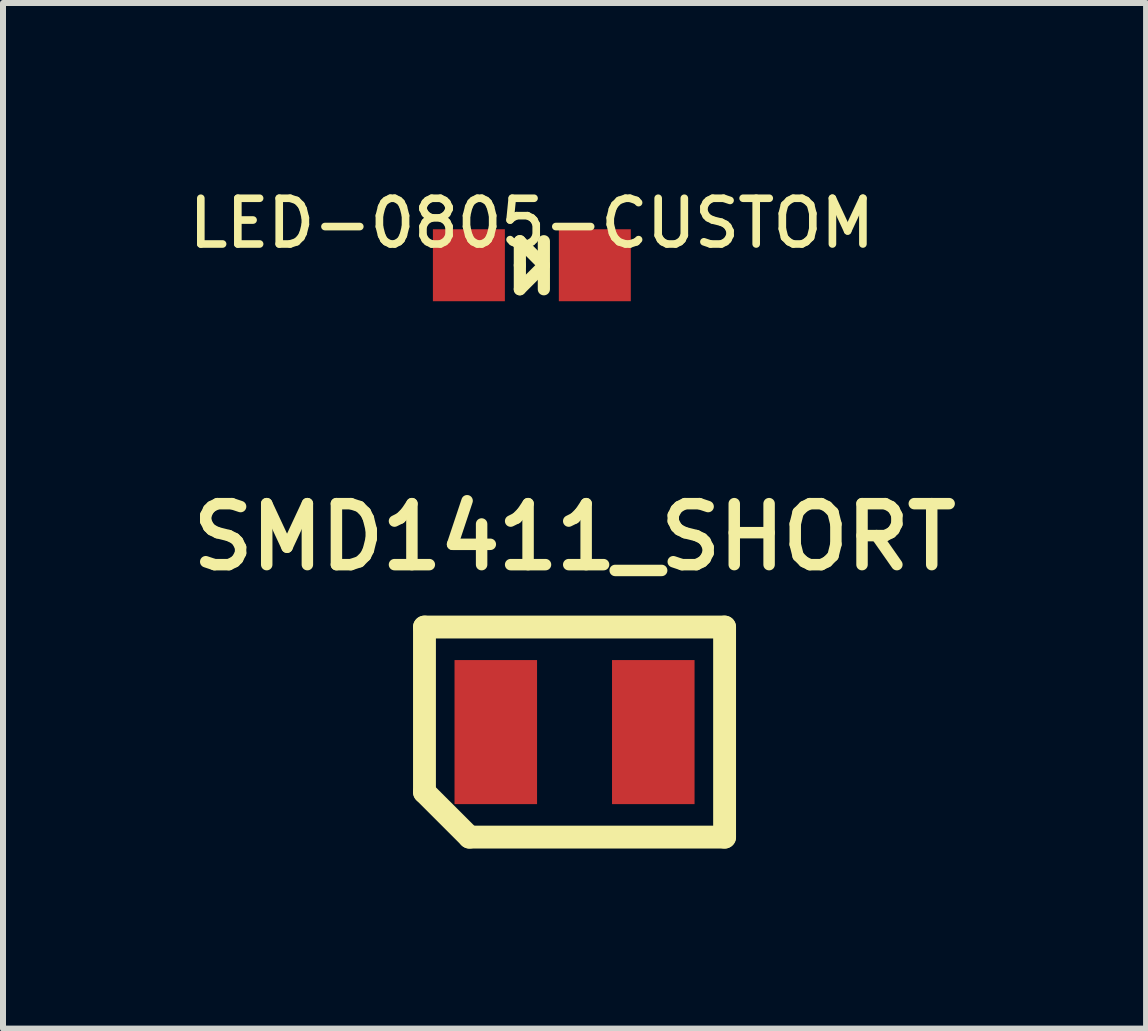
<source format=kicad_pcb>
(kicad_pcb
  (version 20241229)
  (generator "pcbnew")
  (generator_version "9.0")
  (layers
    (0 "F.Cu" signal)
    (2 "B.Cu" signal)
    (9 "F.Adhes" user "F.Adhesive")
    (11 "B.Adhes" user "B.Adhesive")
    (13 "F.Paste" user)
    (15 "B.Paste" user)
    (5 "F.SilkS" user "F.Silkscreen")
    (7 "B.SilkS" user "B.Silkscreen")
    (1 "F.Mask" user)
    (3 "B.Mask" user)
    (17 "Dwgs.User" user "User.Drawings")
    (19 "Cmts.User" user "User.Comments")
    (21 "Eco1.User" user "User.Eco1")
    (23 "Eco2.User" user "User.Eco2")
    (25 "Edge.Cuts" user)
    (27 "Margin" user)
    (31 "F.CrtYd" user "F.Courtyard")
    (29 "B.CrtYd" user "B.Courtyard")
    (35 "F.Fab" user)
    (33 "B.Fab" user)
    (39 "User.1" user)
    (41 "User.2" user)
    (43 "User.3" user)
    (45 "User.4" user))
  (footprint "SMD1411_SHORT"
    (layer "F.Cu")
    (at 6.522 9.147)
    (property "Reference" "SMD1411_SHORT" (at 0 -3.25 0) (layer "F.SilkS") (effects (font (size 1.016 1.016) (thickness 0.191))))
    (attr through_hole)
    (fp_line (start -2.5 -1.75) (end -2.5 1) (stroke (width 0.381) (type solid)) (layer "F.SilkS"))
    (fp_line (start -2.5 1) (end -1.75 1.75) (stroke (width 0.381) (type solid)) (layer "F.SilkS"))
    (fp_line (start -1.75 1.75) (end 2.5 1.75) (stroke (width 0.381) (type solid)) (layer "F.SilkS"))
    (fp_line (start 2.5 -1.75) (end -2.5 -1.75) (stroke (width 0.381) (type solid)) (layer "F.SilkS"))
    (fp_line (start 2.5 1.75) (end 2.5 -1.75) (stroke (width 0.381) (type solid)) (layer "F.SilkS"))
    (pad "1" smd rect (at -1.312 0) (size 1.375 2.4) (layers "F.Cu" "F.Mask" "F.Paste"))
    (pad "2" smd rect (at 1.312 0) (size 1.375 2.4) (layers "F.Cu" "F.Mask" "F.Paste")))
  (footprint "LED-0805-CUSTOM"
    (layer "F.Cu")
    (at 5.811 1.369)
    (property "Reference" "LED-0805-CUSTOM" (at 0 -0.7 0) (layer "F.SilkS") (effects (font (size 0.762 0.762) (thickness 0.127))))
    (attr smd)
    (fp_line (start -0.2 -0.4) (end 0.2 0) (stroke (width 0.203) (type solid)) (layer "F.SilkS"))
    (fp_line (start -0.2 0) (end -0.2 -0.4) (stroke (width 0.203) (type solid)) (layer "F.SilkS"))
    (fp_line (start -0.2 0.4) (end -0.2 0) (stroke (width 0.203) (type solid)) (layer "F.SilkS"))
    (fp_line (start 0.2 0) (end -0.2 0.4) (stroke (width 0.203) (type solid)) (layer "F.SilkS"))
    (fp_line (start 0.2 0) (end 0.2 -0.4) (stroke (width 0.203) (type solid)) (layer "F.SilkS"))
    (fp_line (start 0.2 0) (end 0.2 0.4) (stroke (width 0.203) (type solid)) (layer "F.SilkS"))
    (pad "1" smd rect (at -1.049 0) (size 1.199 1.199) (layers "F.Cu" "F.Mask" "F.Paste"))
    (pad "2" smd rect (at 1.049 0) (size 1.199 1.199) (layers "F.Cu" "F.Mask" "F.Paste")))
  (gr_rect
    (start -3 -3)
    (end 16.044 14.087)
    (stroke (width 0.1) (type default))
    (fill no)
    (layer "Edge.Cuts")))
</source>
